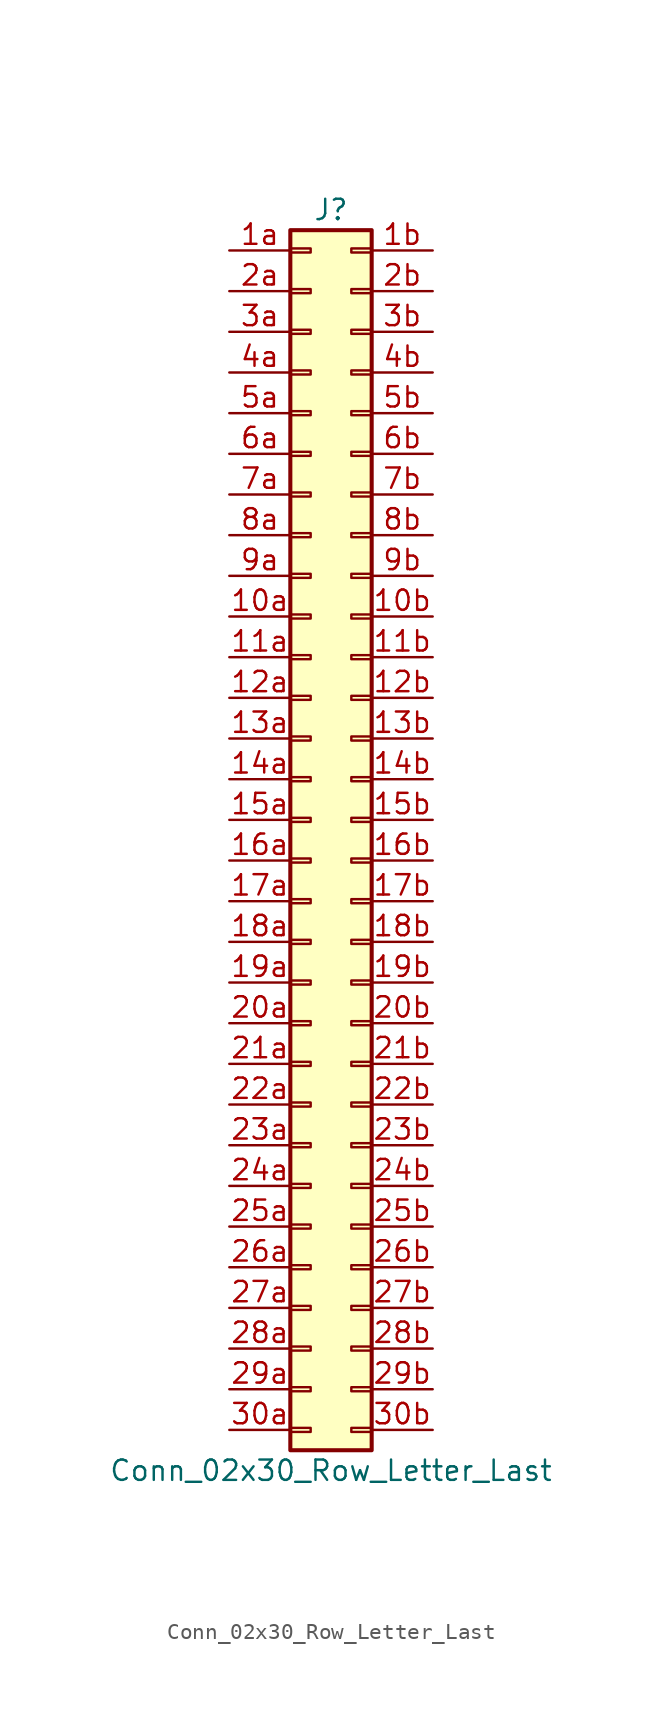
<source format=kicad_sym>
(kicad_symbol_lib
  (version 20211014)
  (generator kicad_symbol_editor)
  (symbol "Conn_02x30_Row_Letter_Last"
    (pin_names
      (offset 1.016) hide)
    (property "Reference" "J"
      (at 1.27 38.1 0)
      (effects (font (size 1.27 1.27))))
    (property "Value" "Conn_02x30_Row_Letter_Last"
      (at 1.27 -40.64 0)
      (effects (font (size 1.27 1.27))))
    (symbol "Conn_02x30_Row_Letter_Last_1_1"
      (rectangle (start -1.27 -37.973) (end 0 -38.227) (stroke (width 0.152) (type default) (color 0 0 0 0)) (fill (type none)))
      (rectangle (start -1.27 -35.433) (end 0 -35.687) (stroke (width 0.152) (type default) (color 0 0 0 0)) (fill (type none)))
      (rectangle (start -1.27 -32.893) (end 0 -33.147) (stroke (width 0.152) (type default) (color 0 0 0 0)) (fill (type none)))
      (rectangle (start -1.27 -30.353) (end 0 -30.607) (stroke (width 0.152) (type default) (color 0 0 0 0)) (fill (type none)))
      (rectangle (start -1.27 -27.813) (end 0 -28.067) (stroke (width 0.152) (type default) (color 0 0 0 0)) (fill (type none)))
      (rectangle (start -1.27 -25.273) (end 0 -25.527) (stroke (width 0.152) (type default) (color 0 0 0 0)) (fill (type none)))
      (rectangle (start -1.27 -22.733) (end 0 -22.987) (stroke (width 0.152) (type default) (color 0 0 0 0)) (fill (type none)))
      (rectangle (start -1.27 -20.193) (end 0 -20.447) (stroke (width 0.152) (type default) (color 0 0 0 0)) (fill (type none)))
      (rectangle (start -1.27 -17.653) (end 0 -17.907) (stroke (width 0.152) (type default) (color 0 0 0 0)) (fill (type none)))
      (rectangle (start -1.27 -15.113) (end 0 -15.367) (stroke (width 0.152) (type default) (color 0 0 0 0)) (fill (type none)))
      (rectangle (start -1.27 -12.573) (end 0 -12.827) (stroke (width 0.152) (type default) (color 0 0 0 0)) (fill (type none)))
      (rectangle (start -1.27 -10.033) (end 0 -10.287) (stroke (width 0.152) (type default) (color 0 0 0 0)) (fill (type none)))
      (rectangle (start -1.27 -7.493) (end 0 -7.747) (stroke (width 0.152) (type default) (color 0 0 0 0)) (fill (type none)))
      (rectangle (start -1.27 -4.953) (end 0 -5.207) (stroke (width 0.152) (type default) (color 0 0 0 0)) (fill (type none)))
      (rectangle (start -1.27 -2.413) (end 0 -2.667) (stroke (width 0.152) (type default) (color 0 0 0 0)) (fill (type none)))
      (rectangle (start -1.27 0.127) (end 0 -0.127) (stroke (width 0.152) (type default) (color 0 0 0 0)) (fill (type none)))
      (rectangle (start -1.27 2.667) (end 0 2.413) (stroke (width 0.152) (type default) (color 0 0 0 0)) (fill (type none)))
      (rectangle (start -1.27 5.207) (end 0 4.953) (stroke (width 0.152) (type default) (color 0 0 0 0)) (fill (type none)))
      (rectangle (start -1.27 7.747) (end 0 7.493) (stroke (width 0.152) (type default) (color 0 0 0 0)) (fill (type none)))
      (rectangle (start -1.27 10.287) (end 0 10.033) (stroke (width 0.152) (type default) (color 0 0 0 0)) (fill (type none)))
      (rectangle (start -1.27 12.827) (end 0 12.573) (stroke (width 0.152) (type default) (color 0 0 0 0)) (fill (type none)))
      (rectangle (start -1.27 15.367) (end 0 15.113) (stroke (width 0.152) (type default) (color 0 0 0 0)) (fill (type none)))
      (rectangle (start -1.27 17.907) (end 0 17.653) (stroke (width 0.152) (type default) (color 0 0 0 0)) (fill (type none)))
      (rectangle (start -1.27 20.447) (end 0 20.193) (stroke (width 0.152) (type default) (color 0 0 0 0)) (fill (type none)))
      (rectangle (start -1.27 22.987) (end 0 22.733) (stroke (width 0.152) (type default) (color 0 0 0 0)) (fill (type none)))
      (rectangle (start -1.27 25.527) (end 0 25.273) (stroke (width 0.152) (type default) (color 0 0 0 0)) (fill (type none)))
      (rectangle (start -1.27 28.067) (end 0 27.813) (stroke (width 0.152) (type default) (color 0 0 0 0)) (fill (type none)))
      (rectangle (start -1.27 30.607) (end 0 30.353) (stroke (width 0.152) (type default) (color 0 0 0 0)) (fill (type none)))
      (rectangle (start -1.27 33.147) (end 0 32.893) (stroke (width 0.152) (type default) (color 0 0 0 0)) (fill (type none)))
      (rectangle (start -1.27 35.687) (end 0 35.433) (stroke (width 0.152) (type default) (color 0 0 0 0)) (fill (type none)))
      (rectangle (start -1.27 36.83) (end 3.81 -39.37) (stroke (width 0.254) (type default) (color 0 0 0 0)) (fill (type background)))
      (rectangle (start 3.81 -37.973) (end 2.54 -38.227) (stroke (width 0.152) (type default) (color 0 0 0 0)) (fill (type none)))
      (rectangle (start 3.81 -35.433) (end 2.54 -35.687) (stroke (width 0.152) (type default) (color 0 0 0 0)) (fill (type none)))
      (rectangle (start 3.81 -32.893) (end 2.54 -33.147) (stroke (width 0.152) (type default) (color 0 0 0 0)) (fill (type none)))
      (rectangle (start 3.81 -30.353) (end 2.54 -30.607) (stroke (width 0.152) (type default) (color 0 0 0 0)) (fill (type none)))
      (rectangle (start 3.81 -27.813) (end 2.54 -28.067) (stroke (width 0.152) (type default) (color 0 0 0 0)) (fill (type none)))
      (rectangle (start 3.81 -25.273) (end 2.54 -25.527) (stroke (width 0.152) (type default) (color 0 0 0 0)) (fill (type none)))
      (rectangle (start 3.81 -22.733) (end 2.54 -22.987) (stroke (width 0.152) (type default) (color 0 0 0 0)) (fill (type none)))
      (rectangle (start 3.81 -20.193) (end 2.54 -20.447) (stroke (width 0.152) (type default) (color 0 0 0 0)) (fill (type none)))
      (rectangle (start 3.81 -17.653) (end 2.54 -17.907) (stroke (width 0.152) (type default) (color 0 0 0 0)) (fill (type none)))
      (rectangle (start 3.81 -15.113) (end 2.54 -15.367) (stroke (width 0.152) (type default) (color 0 0 0 0)) (fill (type none)))
      (rectangle (start 3.81 -12.573) (end 2.54 -12.827) (stroke (width 0.152) (type default) (color 0 0 0 0)) (fill (type none)))
      (rectangle (start 3.81 -10.033) (end 2.54 -10.287) (stroke (width 0.152) (type default) (color 0 0 0 0)) (fill (type none)))
      (rectangle (start 3.81 -7.493) (end 2.54 -7.747) (stroke (width 0.152) (type default) (color 0 0 0 0)) (fill (type none)))
      (rectangle (start 3.81 -4.953) (end 2.54 -5.207) (stroke (width 0.152) (type default) (color 0 0 0 0)) (fill (type none)))
      (rectangle (start 3.81 -2.413) (end 2.54 -2.667) (stroke (width 0.152) (type default) (color 0 0 0 0)) (fill (type none)))
      (rectangle (start 3.81 0.127) (end 2.54 -0.127) (stroke (width 0.152) (type default) (color 0 0 0 0)) (fill (type none)))
      (rectangle (start 3.81 2.667) (end 2.54 2.413) (stroke (width 0.152) (type default) (color 0 0 0 0)) (fill (type none)))
      (rectangle (start 3.81 5.207) (end 2.54 4.953) (stroke (width 0.152) (type default) (color 0 0 0 0)) (fill (type none)))
      (rectangle (start 3.81 7.747) (end 2.54 7.493) (stroke (width 0.152) (type default) (color 0 0 0 0)) (fill (type none)))
      (rectangle (start 3.81 10.287) (end 2.54 10.033) (stroke (width 0.152) (type default) (color 0 0 0 0)) (fill (type none)))
      (rectangle (start 3.81 12.827) (end 2.54 12.573) (stroke (width 0.152) (type default) (color 0 0 0 0)) (fill (type none)))
      (rectangle (start 3.81 15.367) (end 2.54 15.113) (stroke (width 0.152) (type default) (color 0 0 0 0)) (fill (type none)))
      (rectangle (start 3.81 17.907) (end 2.54 17.653) (stroke (width 0.152) (type default) (color 0 0 0 0)) (fill (type none)))
      (rectangle (start 3.81 20.447) (end 2.54 20.193) (stroke (width 0.152) (type default) (color 0 0 0 0)) (fill (type none)))
      (rectangle (start 3.81 22.987) (end 2.54 22.733) (stroke (width 0.152) (type default) (color 0 0 0 0)) (fill (type none)))
      (rectangle (start 3.81 25.527) (end 2.54 25.273) (stroke (width 0.152) (type default) (color 0 0 0 0)) (fill (type none)))
      (rectangle (start 3.81 28.067) (end 2.54 27.813) (stroke (width 0.152) (type default) (color 0 0 0 0)) (fill (type none)))
      (rectangle (start 3.81 30.607) (end 2.54 30.353) (stroke (width 0.152) (type default) (color 0 0 0 0)) (fill (type none)))
      (rectangle (start 3.81 33.147) (end 2.54 32.893) (stroke (width 0.152) (type default) (color 0 0 0 0)) (fill (type none)))
      (rectangle (start 3.81 35.687) (end 2.54 35.433) (stroke (width 0.152) (type default) (color 0 0 0 0)) (fill (type none)))
      (pin passive line (at -5.08 12.7 0) (length 3.81) (name "Pin_10a" (effects (font (size 1.27 1.27)))) (number "10a" (effects (font (size 1.27 1.27)))))
      (pin passive line (at 7.62 12.7 180) (length 3.81) (name "Pin_10b" (effects (font (size 1.27 1.27)))) (number "10b" (effects (font (size 1.27 1.27)))))
      (pin passive line (at -5.08 10.16 0) (length 3.81) (name "Pin_11a" (effects (font (size 1.27 1.27)))) (number "11a" (effects (font (size 1.27 1.27)))))
      (pin passive line (at 7.62 10.16 180) (length 3.81) (name "Pin_11b" (effects (font (size 1.27 1.27)))) (number "11b" (effects (font (size 1.27 1.27)))))
      (pin passive line (at -5.08 7.62 0) (length 3.81) (name "Pin_12a" (effects (font (size 1.27 1.27)))) (number "12a" (effects (font (size 1.27 1.27)))))
      (pin passive line (at 7.62 7.62 180) (length 3.81) (name "Pin_12b" (effects (font (size 1.27 1.27)))) (number "12b" (effects (font (size 1.27 1.27)))))
      (pin passive line (at -5.08 5.08 0) (length 3.81) (name "Pin_13a" (effects (font (size 1.27 1.27)))) (number "13a" (effects (font (size 1.27 1.27)))))
      (pin passive line (at 7.62 5.08 180) (length 3.81) (name "Pin_13b" (effects (font (size 1.27 1.27)))) (number "13b" (effects (font (size 1.27 1.27)))))
      (pin passive line (at -5.08 2.54 0) (length 3.81) (name "Pin_14a" (effects (font (size 1.27 1.27)))) (number "14a" (effects (font (size 1.27 1.27)))))
      (pin passive line (at 7.62 2.54 180) (length 3.81) (name "Pin_14b" (effects (font (size 1.27 1.27)))) (number "14b" (effects (font (size 1.27 1.27)))))
      (pin passive line (at -5.08 0 0) (length 3.81) (name "Pin_15a" (effects (font (size 1.27 1.27)))) (number "15a" (effects (font (size 1.27 1.27)))))
      (pin passive line (at 7.62 0 180) (length 3.81) (name "Pin_15b" (effects (font (size 1.27 1.27)))) (number "15b" (effects (font (size 1.27 1.27)))))
      (pin passive line (at -5.08 -2.54 0) (length 3.81) (name "Pin_16a" (effects (font (size 1.27 1.27)))) (number "16a" (effects (font (size 1.27 1.27)))))
      (pin passive line (at 7.62 -2.54 180) (length 3.81) (name "Pin_16b" (effects (font (size 1.27 1.27)))) (number "16b" (effects (font (size 1.27 1.27)))))
      (pin passive line (at -5.08 -5.08 0) (length 3.81) (name "Pin_17a" (effects (font (size 1.27 1.27)))) (number "17a" (effects (font (size 1.27 1.27)))))
      (pin passive line (at 7.62 -5.08 180) (length 3.81) (name "Pin_17b" (effects (font (size 1.27 1.27)))) (number "17b" (effects (font (size 1.27 1.27)))))
      (pin passive line (at -5.08 -7.62 0) (length 3.81) (name "Pin_18a" (effects (font (size 1.27 1.27)))) (number "18a" (effects (font (size 1.27 1.27)))))
      (pin passive line (at 7.62 -7.62 180) (length 3.81) (name "Pin_18b" (effects (font (size 1.27 1.27)))) (number "18b" (effects (font (size 1.27 1.27)))))
      (pin passive line (at -5.08 -10.16 0) (length 3.81) (name "Pin_19a" (effects (font (size 1.27 1.27)))) (number "19a" (effects (font (size 1.27 1.27)))))
      (pin passive line (at 7.62 -10.16 180) (length 3.81) (name "Pin_19b" (effects (font (size 1.27 1.27)))) (number "19b" (effects (font (size 1.27 1.27)))))
      (pin passive line (at -5.08 35.56 0) (length 3.81) (name "Pin_1a" (effects (font (size 1.27 1.27)))) (number "1a" (effects (font (size 1.27 1.27)))))
      (pin passive line (at 7.62 35.56 180) (length 3.81) (name "Pin_1b" (effects (font (size 1.27 1.27)))) (number "1b" (effects (font (size 1.27 1.27)))))
      (pin passive line (at -5.08 -12.7 0) (length 3.81) (name "Pin_20a" (effects (font (size 1.27 1.27)))) (number "20a" (effects (font (size 1.27 1.27)))))
      (pin passive line (at 7.62 -12.7 180) (length 3.81) (name "Pin_20b" (effects (font (size 1.27 1.27)))) (number "20b" (effects (font (size 1.27 1.27)))))
      (pin passive line (at -5.08 -15.24 0) (length 3.81) (name "Pin_21a" (effects (font (size 1.27 1.27)))) (number "21a" (effects (font (size 1.27 1.27)))))
      (pin passive line (at 7.62 -15.24 180) (length 3.81) (name "Pin_21b" (effects (font (size 1.27 1.27)))) (number "21b" (effects (font (size 1.27 1.27)))))
      (pin passive line (at -5.08 -17.78 0) (length 3.81) (name "Pin_22a" (effects (font (size 1.27 1.27)))) (number "22a" (effects (font (size 1.27 1.27)))))
      (pin passive line (at 7.62 -17.78 180) (length 3.81) (name "Pin_22b" (effects (font (size 1.27 1.27)))) (number "22b" (effects (font (size 1.27 1.27)))))
      (pin passive line (at -5.08 -20.32 0) (length 3.81) (name "Pin_23a" (effects (font (size 1.27 1.27)))) (number "23a" (effects (font (size 1.27 1.27)))))
      (pin passive line (at 7.62 -20.32 180) (length 3.81) (name "Pin_23b" (effects (font (size 1.27 1.27)))) (number "23b" (effects (font (size 1.27 1.27)))))
      (pin passive line (at -5.08 -22.86 0) (length 3.81) (name "Pin_24a" (effects (font (size 1.27 1.27)))) (number "24a" (effects (font (size 1.27 1.27)))))
      (pin passive line (at 7.62 -22.86 180) (length 3.81) (name "Pin_24b" (effects (font (size 1.27 1.27)))) (number "24b" (effects (font (size 1.27 1.27)))))
      (pin passive line (at -5.08 -25.4 0) (length 3.81) (name "Pin_25a" (effects (font (size 1.27 1.27)))) (number "25a" (effects (font (size 1.27 1.27)))))
      (pin passive line (at 7.62 -25.4 180) (length 3.81) (name "Pin_25b" (effects (font (size 1.27 1.27)))) (number "25b" (effects (font (size 1.27 1.27)))))
      (pin passive line (at -5.08 -27.94 0) (length 3.81) (name "Pin_26a" (effects (font (size 1.27 1.27)))) (number "26a" (effects (font (size 1.27 1.27)))))
      (pin passive line (at 7.62 -27.94 180) (length 3.81) (name "Pin_26b" (effects (font (size 1.27 1.27)))) (number "26b" (effects (font (size 1.27 1.27)))))
      (pin passive line (at -5.08 -30.48 0) (length 3.81) (name "Pin_27a" (effects (font (size 1.27 1.27)))) (number "27a" (effects (font (size 1.27 1.27)))))
      (pin passive line (at 7.62 -30.48 180) (length 3.81) (name "Pin_27b" (effects (font (size 1.27 1.27)))) (number "27b" (effects (font (size 1.27 1.27)))))
      (pin passive line (at -5.08 -33.02 0) (length 3.81) (name "Pin_28a" (effects (font (size 1.27 1.27)))) (number "28a" (effects (font (size 1.27 1.27)))))
      (pin passive line (at 7.62 -33.02 180) (length 3.81) (name "Pin_28b" (effects (font (size 1.27 1.27)))) (number "28b" (effects (font (size 1.27 1.27)))))
      (pin passive line (at -5.08 -35.56 0) (length 3.81) (name "Pin_29a" (effects (font (size 1.27 1.27)))) (number "29a" (effects (font (size 1.27 1.27)))))
      (pin passive line (at 7.62 -35.56 180) (length 3.81) (name "Pin_29b" (effects (font (size 1.27 1.27)))) (number "29b" (effects (font (size 1.27 1.27)))))
      (pin passive line (at -5.08 33.02 0) (length 3.81) (name "Pin_2a" (effects (font (size 1.27 1.27)))) (number "2a" (effects (font (size 1.27 1.27)))))
      (pin passive line (at 7.62 33.02 180) (length 3.81) (name "Pin_2b" (effects (font (size 1.27 1.27)))) (number "2b" (effects (font (size 1.27 1.27)))))
      (pin passive line (at -5.08 -38.1 0) (length 3.81) (name "Pin_30a" (effects (font (size 1.27 1.27)))) (number "30a" (effects (font (size 1.27 1.27)))))
      (pin passive line (at 7.62 -38.1 180) (length 3.81) (name "Pin_30b" (effects (font (size 1.27 1.27)))) (number "30b" (effects (font (size 1.27 1.27)))))
      (pin passive line (at -5.08 30.48 0) (length 3.81) (name "Pin_3a" (effects (font (size 1.27 1.27)))) (number "3a" (effects (font (size 1.27 1.27)))))
      (pin passive line (at 7.62 30.48 180) (length 3.81) (name "Pin_3b" (effects (font (size 1.27 1.27)))) (number "3b" (effects (font (size 1.27 1.27)))))
      (pin passive line (at -5.08 27.94 0) (length 3.81) (name "Pin_4a" (effects (font (size 1.27 1.27)))) (number "4a" (effects (font (size 1.27 1.27)))))
      (pin passive line (at 7.62 27.94 180) (length 3.81) (name "Pin_4b" (effects (font (size 1.27 1.27)))) (number "4b" (effects (font (size 1.27 1.27)))))
      (pin passive line (at -5.08 25.4 0) (length 3.81) (name "Pin_5a" (effects (font (size 1.27 1.27)))) (number "5a" (effects (font (size 1.27 1.27)))))
      (pin passive line (at 7.62 25.4 180) (length 3.81) (name "Pin_5b" (effects (font (size 1.27 1.27)))) (number "5b" (effects (font (size 1.27 1.27)))))
      (pin passive line (at -5.08 22.86 0) (length 3.81) (name "Pin_6a" (effects (font (size 1.27 1.27)))) (number "6a" (effects (font (size 1.27 1.27)))))
      (pin passive line (at 7.62 22.86 180) (length 3.81) (name "Pin_6b" (effects (font (size 1.27 1.27)))) (number "6b" (effects (font (size 1.27 1.27)))))
      (pin passive line (at -5.08 20.32 0) (length 3.81) (name "Pin_7a" (effects (font (size 1.27 1.27)))) (number "7a" (effects (font (size 1.27 1.27)))))
      (pin passive line (at 7.62 20.32 180) (length 3.81) (name "Pin_7b" (effects (font (size 1.27 1.27)))) (number "7b" (effects (font (size 1.27 1.27)))))
      (pin passive line (at -5.08 17.78 0) (length 3.81) (name "Pin_8a" (effects (font (size 1.27 1.27)))) (number "8a" (effects (font (size 1.27 1.27)))))
      (pin passive line (at 7.62 17.78 180) (length 3.81) (name "Pin_8b" (effects (font (size 1.27 1.27)))) (number "8b" (effects (font (size 1.27 1.27)))))
      (pin passive line (at -5.08 15.24 0) (length 3.81) (name "Pin_9a" (effects (font (size 1.27 1.27)))) (number "9a" (effects (font (size 1.27 1.27)))))
      (pin passive line (at 7.62 15.24 180) (length 3.81) (name "Pin_9b" (effects (font (size 1.27 1.27)))) (number "9b" (effects (font (size 1.27 1.27))))))))
</source>
